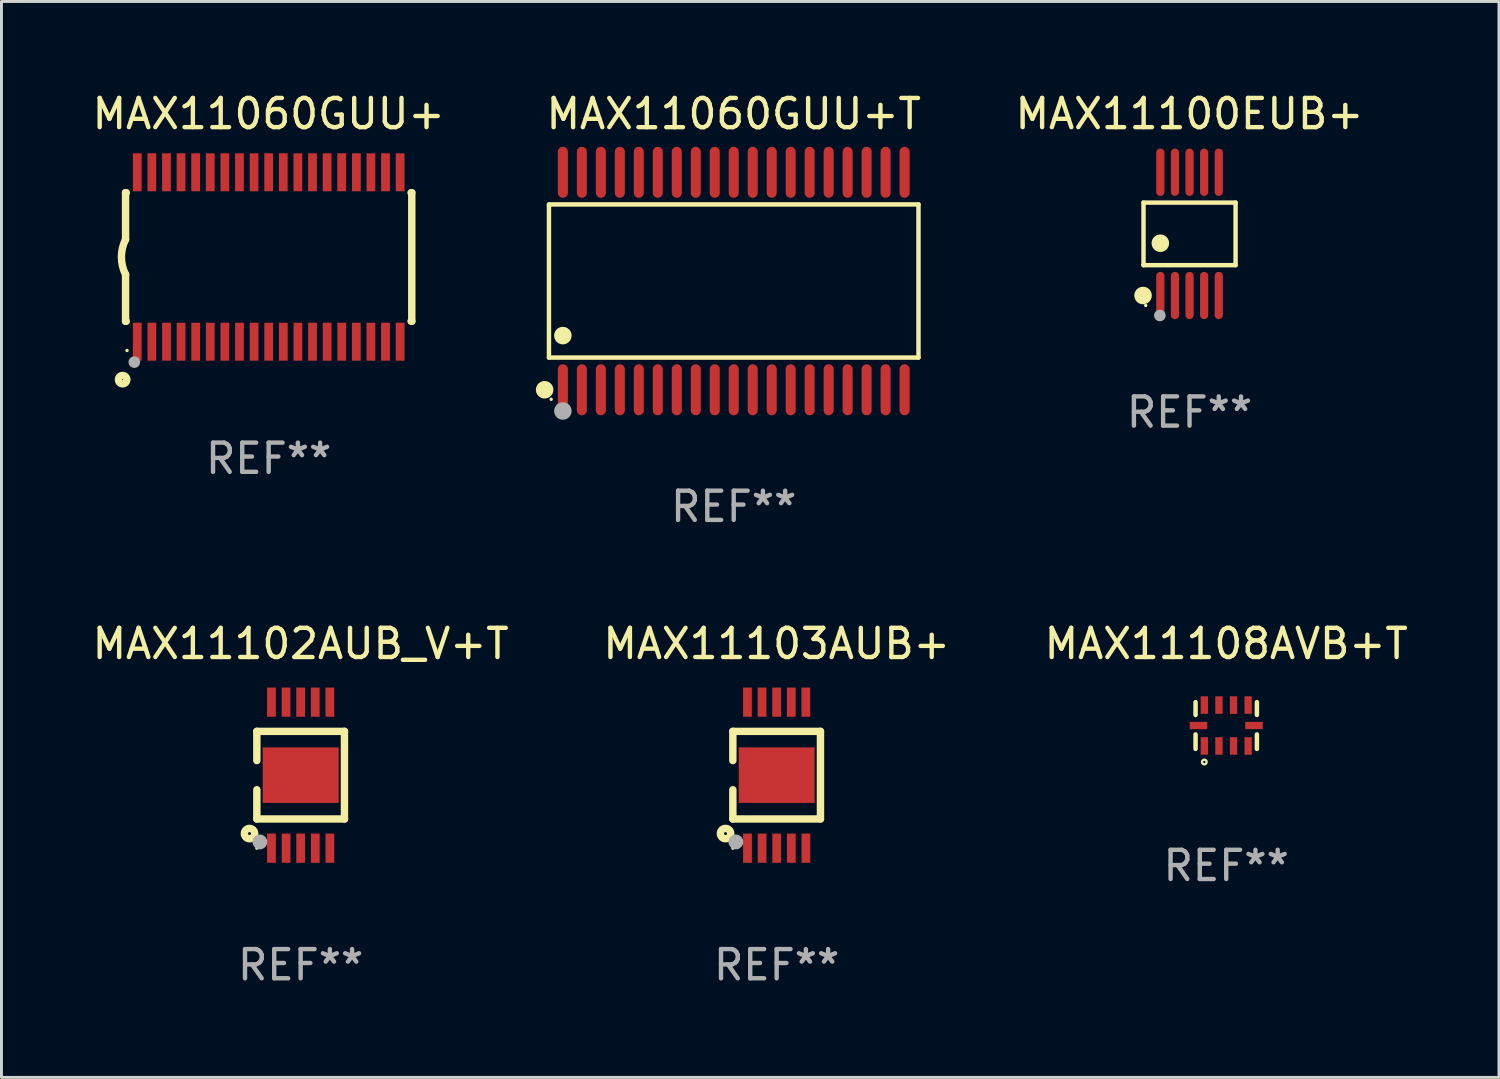
<source format=kicad_pcb>
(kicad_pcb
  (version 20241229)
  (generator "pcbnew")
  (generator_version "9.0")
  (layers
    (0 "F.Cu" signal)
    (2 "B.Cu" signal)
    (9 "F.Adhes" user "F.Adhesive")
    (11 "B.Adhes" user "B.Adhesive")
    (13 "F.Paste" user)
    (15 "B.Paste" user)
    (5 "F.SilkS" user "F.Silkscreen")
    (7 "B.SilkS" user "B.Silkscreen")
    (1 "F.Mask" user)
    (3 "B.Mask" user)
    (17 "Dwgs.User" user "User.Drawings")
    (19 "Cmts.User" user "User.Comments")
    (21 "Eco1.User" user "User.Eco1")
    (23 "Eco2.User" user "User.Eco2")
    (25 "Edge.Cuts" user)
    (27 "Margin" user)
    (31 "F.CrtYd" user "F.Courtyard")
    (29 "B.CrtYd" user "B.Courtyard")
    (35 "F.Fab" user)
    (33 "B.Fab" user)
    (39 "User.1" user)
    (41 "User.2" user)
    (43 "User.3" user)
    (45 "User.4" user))
  (footprint "MAX11102AUB_V+T"
    (layer "F.Cu")
    (at 7.244 23.491)
    (property "Reference" "MAX11102AUB_V+T" (at 0 -4.5 0) (layer "F.SilkS") (effects (font (size 1 1) (thickness 0.15))))
    (attr through_hole)
    (fp_line (start -1.5 -1.5) (end -1.5 -0.5) (stroke (width 0.254) (type solid)) (layer "F.SilkS"))
    (fp_line (start -1.5 1.5) (end -1.5 0.5) (stroke (width 0.254) (type solid)) (layer "F.SilkS"))
    (fp_line (start -1.5 1.5) (end 1.5 1.5) (stroke (width 0.254) (type solid)) (layer "F.SilkS"))
    (fp_line (start 1.5 1.5) (end 1.5 -1.5) (stroke (width 0.254) (type solid)) (layer "F.SilkS"))
    (fp_line (start 1.5 -1.5) (end -1.5 -1.5) (stroke (width 0.254) (type solid)) (layer "F.SilkS"))
    (fp_circle (center -1.75 2) (end -1.573 2) (stroke (width 0.254) (type solid)) (fill no) (layer "F.SilkS"))
    (fp_circle (center -1.499 2.5) (end -1.469 2.5) (stroke (width 0.06) (type solid)) (fill no) (layer "F.SilkS"))
    (fp_circle (center -1.396 2.286) (end -1.269 2.286) (stroke (width 0.254) (type solid)) (fill no) (layer "F.Fab"))
    (fp_text user "REF**" (at 0 6.5 0) (layer "F.Fab") (effects (font (size 1 1) (thickness 0.15))))
    (pad "1" smd rect (at -0.999 2.5 180) (size 0.3 1) (layers "F.Cu" "F.Mask" "F.Paste"))
    (pad "2" smd rect (at -0.499 2.5 180) (size 0.3 1) (layers "F.Cu" "F.Mask" "F.Paste"))
    (pad "3" smd rect (at 0.001 2.5 180) (size 0.3 1) (layers "F.Cu" "F.Mask" "F.Paste"))
    (pad "4" smd rect (at 0.501 2.5 180) (size 0.3 1) (layers "F.Cu" "F.Mask" "F.Paste"))
    (pad "5" smd rect (at 1.001 2.5 180) (size 0.3 1) (layers "F.Cu" "F.Mask" "F.Paste"))
    (pad "6" smd rect (at 1 -2.5 180) (size 0.3 1) (layers "F.Cu" "F.Mask" "F.Paste"))
    (pad "7" smd rect (at 0.5 -2.5 180) (size 0.3 1) (layers "F.Cu" "F.Mask" "F.Paste"))
    (pad "8" smd rect (at -0.000165 -2.5 180) (size 0.3 1) (layers "F.Cu" "F.Mask" "F.Paste"))
    (pad "9" smd rect (at -0.5 -2.5 180) (size 0.3 1) (layers "F.Cu" "F.Mask" "F.Paste"))
    (pad "10" smd rect (at -1 -2.5 180) (size 0.3 1) (layers "F.Cu" "F.Mask" "F.Paste"))
    (pad "11" smd rect (at 0.001 -0.000127 270) (size 1.9 2.6) (layers "F.Cu" "F.Mask" "F.Paste")))
  (footprint "MAX11060GUU+T"
    (layer "F.Cu")
    (at 22.072 6.572)
    (property "Reference" "MAX11060GUU+T" (at 0 -5.723 0) (layer "F.SilkS") (effects (font (size 1 1) (thickness 0.15))))
    (attr through_hole)
    (fp_line (start -6.326 -2.622) (end 6.326 -2.622) (stroke (width 0.152) (type solid)) (layer "F.SilkS"))
    (fp_line (start -6.326 2.621) (end -6.326 -2.622) (stroke (width 0.152) (type solid)) (layer "F.SilkS"))
    (fp_line (start 6.326 -2.622) (end 6.326 2.621) (stroke (width 0.152) (type solid)) (layer "F.SilkS"))
    (fp_line (start 6.326 2.621) (end -6.326 2.621) (stroke (width 0.152) (type solid)) (layer "F.SilkS"))
    (fp_circle (center -6.474 3.723) (end -6.324 3.723) (stroke (width 0.3) (type solid)) (fill no) (layer "F.SilkS"))
    (fp_circle (center -6.25 4.05) (end -6.22 4.05) (stroke (width 0.06) (type solid)) (fill no) (layer "F.SilkS"))
    (fp_circle (center -5.85 1.869) (end -5.7 1.869) (stroke (width 0.3) (type solid)) (fill no) (layer "F.SilkS"))
    (fp_circle (center -5.85 4.45) (end -5.7 4.45) (stroke (width 0.3) (type solid)) (fill no) (layer "F.Fab"))
    (fp_text user "REF**" (at 0 7.723 0) (layer "F.Fab") (effects (font (size 1 1) (thickness 0.15))))
    (pad "1" smd oval (at -5.85 3.723) (size 0.343 1.747) (layers "F.Cu" "F.Mask" "F.Paste"))
    (pad "2" smd oval (at -5.2 3.723) (size 0.343 1.747) (layers "F.Cu" "F.Mask" "F.Paste"))
    (pad "3" smd oval (at -4.55 3.723) (size 0.343 1.747) (layers "F.Cu" "F.Mask" "F.Paste"))
    (pad "4" smd oval (at -3.9 3.723) (size 0.343 1.747) (layers "F.Cu" "F.Mask" "F.Paste"))
    (pad "5" smd oval (at -3.25 3.723) (size 0.343 1.747) (layers "F.Cu" "F.Mask" "F.Paste"))
    (pad "6" smd oval (at -2.6 3.723) (size 0.343 1.747) (layers "F.Cu" "F.Mask" "F.Paste"))
    (pad "7" smd oval (at -1.95 3.723) (size 0.343 1.747) (layers "F.Cu" "F.Mask" "F.Paste"))
    (pad "8" smd oval (at -1.3 3.723) (size 0.343 1.747) (layers "F.Cu" "F.Mask" "F.Paste"))
    (pad "9" smd oval (at -0.65 3.723) (size 0.343 1.747) (layers "F.Cu" "F.Mask" "F.Paste"))
    (pad "10" smd oval (at 0 3.723) (size 0.343 1.747) (layers "F.Cu" "F.Mask" "F.Paste"))
    (pad "11" smd oval (at 0.65 3.723) (size 0.343 1.747) (layers "F.Cu" "F.Mask" "F.Paste"))
    (pad "12" smd oval (at 1.3 3.723) (size 0.343 1.747) (layers "F.Cu" "F.Mask" "F.Paste"))
    (pad "13" smd oval (at 1.95 3.723) (size 0.343 1.747) (layers "F.Cu" "F.Mask" "F.Paste"))
    (pad "14" smd oval (at 2.6 3.723) (size 0.343 1.747) (layers "F.Cu" "F.Mask" "F.Paste"))
    (pad "15" smd oval (at 3.25 3.723) (size 0.343 1.747) (layers "F.Cu" "F.Mask" "F.Paste"))
    (pad "16" smd oval (at 3.9 3.723) (size 0.343 1.747) (layers "F.Cu" "F.Mask" "F.Paste"))
    (pad "17" smd oval (at 4.55 3.723) (size 0.343 1.747) (layers "F.Cu" "F.Mask" "F.Paste"))
    (pad "18" smd oval (at 5.2 3.723) (size 0.343 1.747) (layers "F.Cu" "F.Mask" "F.Paste"))
    (pad "19" smd oval (at 5.85 3.723) (size 0.343 1.747) (layers "F.Cu" "F.Mask" "F.Paste"))
    (pad "20" smd oval (at 5.85 -3.723) (size 0.343 1.747) (layers "F.Cu" "F.Mask" "F.Paste"))
    (pad "21" smd oval (at 5.2 -3.723) (size 0.343 1.747) (layers "F.Cu" "F.Mask" "F.Paste"))
    (pad "22" smd oval (at 4.55 -3.723) (size 0.343 1.747) (layers "F.Cu" "F.Mask" "F.Paste"))
    (pad "23" smd oval (at 3.9 -3.723) (size 0.343 1.747) (layers "F.Cu" "F.Mask" "F.Paste"))
    (pad "24" smd oval (at 3.25 -3.723) (size 0.343 1.747) (layers "F.Cu" "F.Mask" "F.Paste"))
    (pad "25" smd oval (at 2.6 -3.723) (size 0.343 1.747) (layers "F.Cu" "F.Mask" "F.Paste"))
    (pad "26" smd oval (at 1.95 -3.723) (size 0.343 1.747) (layers "F.Cu" "F.Mask" "F.Paste"))
    (pad "27" smd oval (at 1.3 -3.723) (size 0.343 1.747) (layers "F.Cu" "F.Mask" "F.Paste"))
    (pad "28" smd oval (at 0.65 -3.723) (size 0.343 1.747) (layers "F.Cu" "F.Mask" "F.Paste"))
    (pad "29" smd oval (at 0 -3.723) (size 0.343 1.747) (layers "F.Cu" "F.Mask" "F.Paste"))
    (pad "30" smd oval (at -0.65 -3.723) (size 0.343 1.747) (layers "F.Cu" "F.Mask" "F.Paste"))
    (pad "31" smd oval (at -1.3 -3.723) (size 0.343 1.747) (layers "F.Cu" "F.Mask" "F.Paste"))
    (pad "32" smd oval (at -1.95 -3.723) (size 0.343 1.747) (layers "F.Cu" "F.Mask" "F.Paste"))
    (pad "33" smd oval (at -2.6 -3.723) (size 0.343 1.747) (layers "F.Cu" "F.Mask" "F.Paste"))
    (pad "34" smd oval (at -3.25 -3.723) (size 0.343 1.747) (layers "F.Cu" "F.Mask" "F.Paste"))
    (pad "35" smd oval (at -3.9 -3.723) (size 0.343 1.747) (layers "F.Cu" "F.Mask" "F.Paste"))
    (pad "36" smd oval (at -4.55 -3.723) (size 0.343 1.747) (layers "F.Cu" "F.Mask" "F.Paste"))
    (pad "37" smd oval (at -5.2 -3.723) (size 0.343 1.747) (layers "F.Cu" "F.Mask" "F.Paste"))
    (pad "38" smd oval (at -5.85 -3.723) (size 0.343 1.747) (layers "F.Cu" "F.Mask" "F.Paste")))
  (footprint "MAX11108AVB+T"
    (layer "F.Cu")
    (at 38.935 21.791)
    (property "Reference" "MAX11108AVB+T" (at 0 -2.8 0) (layer "F.SilkS") (effects (font (size 1 1) (thickness 0.15))))
    (attr through_hole)
    (fp_line (start -1.05 -0.362) (end -1.05 -0.8) (stroke (width 0.154) (type solid)) (layer "F.SilkS"))
    (fp_line (start -1.05 0.306) (end -1.05 0.8) (stroke (width 0.154) (type solid)) (layer "F.SilkS"))
    (fp_line (start 1.05 -0.362) (end 1.05 -0.8) (stroke (width 0.154) (type solid)) (layer "F.SilkS"))
    (fp_line (start 1.05 0.306) (end 1.05 0.8) (stroke (width 0.154) (type solid)) (layer "F.SilkS"))
    (fp_circle (center -0.75 1.25) (end -0.67 1.25) (stroke (width 0.08) (type solid)) (fill no) (layer "F.SilkS"))
    (fp_text user "REF**" (at 0 4.8 0) (layer "F.Fab") (effects (font (size 1 1) (thickness 0.15))))
    (pad "1" smd rect (at -0.75 0.7) (size 0.25 0.6) (layers "F.Cu" "F.Mask" "F.Paste"))
    (pad "2" smd rect (at -0.25 0.7) (size 0.25 0.6) (layers "F.Cu" "F.Mask" "F.Paste"))
    (pad "3" smd rect (at 0.25 0.7) (size 0.25 0.6) (layers "F.Cu" "F.Mask" "F.Paste"))
    (pad "4" smd rect (at 0.75 0.7) (size 0.25 0.6) (layers "F.Cu" "F.Mask" "F.Paste"))
    (pad "5" smd rect (at 0.95 0 90) (size 0.25 0.6) (layers "F.Cu" "F.Mask" "F.Paste"))
    (pad "6" smd rect (at 0.75 -0.7 180) (size 0.25 0.6) (layers "F.Cu" "F.Mask" "F.Paste"))
    (pad "7" smd rect (at 0.25 -0.7 180) (size 0.25 0.6) (layers "F.Cu" "F.Mask" "F.Paste"))
    (pad "8" smd rect (at -0.25 -0.7 180) (size 0.25 0.6) (layers "F.Cu" "F.Mask" "F.Paste"))
    (pad "9" smd rect (at -0.75 -0.7 180) (size 0.25 0.6) (layers "F.Cu" "F.Mask" "F.Paste"))
    (pad "10" smd rect (at -0.95 0 270) (size 0.25 0.6) (layers "F.Cu" "F.Mask" "F.Paste")))
  (footprint "MAX11060GUU+"
    (layer "F.Cu")
    (at 6.149 5.749)
    (property "Reference" "MAX11060GUU+" (at 0 -4.901 0) (layer "F.SilkS") (effects (font (size 1 1) (thickness 0.15))))
    (attr through_hole)
    (fp_line (start -4.9 -2.2) (end -4.9 -0.6) (stroke (width 0.254) (type solid)) (layer "F.SilkS"))
    (fp_line (start -4.9 -2.2) (end -4.876 -2.2) (stroke (width 0.254) (type solid)) (layer "F.SilkS"))
    (fp_line (start -4.9 2.2) (end -4.9 0.6) (stroke (width 0.254) (type solid)) (layer "F.SilkS"))
    (fp_line (start -4.9 2.2) (end -4.877 2.2) (stroke (width 0.254) (type solid)) (layer "F.SilkS"))
    (fp_line (start 4.876 -2.2) (end 4.9 -2.2) (stroke (width 0.254) (type solid)) (layer "F.SilkS"))
    (fp_line (start 4.877 2.2) (end 4.9 2.2) (stroke (width 0.254) (type solid)) (layer "F.SilkS"))
    (fp_line (start 4.9 -2.2) (end 4.9 2.2) (stroke (width 0.254) (type solid)) (layer "F.SilkS"))
    (fp_arc (start -4.900051 0.599822) (mid -5.041652 -0.000095) (end -4.9 -0.6) (stroke (width 0.254001) (type solid)) (layer "F.SilkS"))
    (fp_circle (center -5 4.2) (end -4.857 4.2) (stroke (width 0.254) (type solid)) (fill no) (layer "F.SilkS"))
    (fp_circle (center -4.85 3.2) (end -4.82 3.2) (stroke (width 0.06) (type solid)) (fill no) (layer "F.SilkS"))
    (fp_circle (center -4.6 3.6) (end -4.5 3.6) (stroke (width 0.2) (type solid)) (fill no) (layer "F.Fab"))
    (fp_text user "REF**" (at 0 6.901 0) (layer "F.Fab") (effects (font (size 1 1) (thickness 0.15))))
    (pad "1" smd rect (at -4.501 2.899 90) (size 1.3 0.3) (layers "F.Cu" "F.Mask" "F.Paste"))
    (pad "2" smd rect (at -3.999 2.901 90) (size 1.3 0.3) (layers "F.Cu" "F.Mask" "F.Paste"))
    (pad "3" smd rect (at -3.498 2.901 90) (size 1.3 0.3) (layers "F.Cu" "F.Mask" "F.Paste"))
    (pad "4" smd rect (at -2.999 2.901 90) (size 1.3 0.3) (layers "F.Cu" "F.Mask" "F.Paste"))
    (pad "5" smd rect (at -2.499 2.901 90) (size 1.3 0.3) (layers "F.Cu" "F.Mask" "F.Paste"))
    (pad "6" smd rect (at -1.999 2.901 90) (size 1.3 0.3) (layers "F.Cu" "F.Mask" "F.Paste"))
    (pad "7" smd rect (at -1.499 2.901 90) (size 1.3 0.3) (layers "F.Cu" "F.Mask" "F.Paste"))
    (pad "8" smd rect (at -0.999 2.901 90) (size 1.3 0.3) (layers "F.Cu" "F.Mask" "F.Paste"))
    (pad "9" smd rect (at -0.499 2.901 90) (size 1.3 0.3) (layers "F.Cu" "F.Mask" "F.Paste"))
    (pad "10" smd rect (at 0.001 2.901 90) (size 1.3 0.3) (layers "F.Cu" "F.Mask" "F.Paste"))
    (pad "11" smd rect (at 0.501 2.901 90) (size 1.3 0.3) (layers "F.Cu" "F.Mask" "F.Paste"))
    (pad "12" smd rect (at 1.001 2.901 90) (size 1.3 0.3) (layers "F.Cu" "F.Mask" "F.Paste"))
    (pad "13" smd rect (at 1.501 2.901 90) (size 1.3 0.3) (layers "F.Cu" "F.Mask" "F.Paste"))
    (pad "14" smd rect (at 2.001 2.901 90) (size 1.3 0.3) (layers "F.Cu" "F.Mask" "F.Paste"))
    (pad "15" smd rect (at 2.501 2.901 90) (size 1.3 0.3) (layers "F.Cu" "F.Mask" "F.Paste"))
    (pad "16" smd rect (at 3.001 2.901 90) (size 1.3 0.3) (layers "F.Cu" "F.Mask" "F.Paste"))
    (pad "17" smd rect (at 3.501 2.901 90) (size 1.3 0.3) (layers "F.Cu" "F.Mask" "F.Paste"))
    (pad "18" smd rect (at 4.001 2.901 90) (size 1.3 0.3) (layers "F.Cu" "F.Mask" "F.Paste"))
    (pad "19" smd rect (at 4.501 2.901 90) (size 1.3 0.3) (layers "F.Cu" "F.Mask" "F.Paste"))
    (pad "20" smd rect (at 4.501 -2.899 90) (size 1.3 0.3) (layers "F.Cu" "F.Mask" "F.Paste"))
    (pad "21" smd rect (at 4.001 -2.9 90) (size 1.3 0.3) (layers "F.Cu" "F.Mask" "F.Paste"))
    (pad "22" smd rect (at 3.501 -2.899 90) (size 1.3 0.3) (layers "F.Cu" "F.Mask" "F.Paste"))
    (pad "23" smd rect (at 3.002 -2.899 90) (size 1.3 0.3) (layers "F.Cu" "F.Mask" "F.Paste"))
    (pad "24" smd rect (at 2.499 -2.901 90) (size 1.3 0.3) (layers "F.Cu" "F.Mask" "F.Paste"))
    (pad "25" smd rect (at 2 -2.9 90) (size 1.3 0.3) (layers "F.Cu" "F.Mask" "F.Paste"))
    (pad "26" smd rect (at 1.5 -2.9 90) (size 1.3 0.3) (layers "F.Cu" "F.Mask" "F.Paste"))
    (pad "27" smd rect (at 1 -2.9 90) (size 1.3 0.3) (layers "F.Cu" "F.Mask" "F.Paste"))
    (pad "28" smd rect (at 0.5 -2.9 90) (size 1.3 0.3) (layers "F.Cu" "F.Mask" "F.Paste"))
    (pad "29" smd rect (at 0.000127 -2.9 90) (size 1.3 0.3) (layers "F.Cu" "F.Mask" "F.Paste"))
    (pad "30" smd rect (at -0.5 -2.9 90) (size 1.3 0.3) (layers "F.Cu" "F.Mask" "F.Paste"))
    (pad "31" smd rect (at -1 -2.9 90) (size 1.3 0.3) (layers "F.Cu" "F.Mask" "F.Paste"))
    (pad "32" smd rect (at -1.5 -2.9 90) (size 1.3 0.3) (layers "F.Cu" "F.Mask" "F.Paste"))
    (pad "33" smd rect (at -2 -2.9 90) (size 1.3 0.3) (layers "F.Cu" "F.Mask" "F.Paste"))
    (pad "34" smd rect (at -2.5 -2.9 90) (size 1.3 0.3) (layers "F.Cu" "F.Mask" "F.Paste"))
    (pad "35" smd rect (at -3 -2.9 90) (size 1.3 0.3) (layers "F.Cu" "F.Mask" "F.Paste"))
    (pad "36" smd rect (at -3.5 -2.9 90) (size 1.3 0.3) (layers "F.Cu" "F.Mask" "F.Paste"))
    (pad "37" smd rect (at -4 -2.9 90) (size 1.3 0.3) (layers "F.Cu" "F.Mask" "F.Paste"))
    (pad "38" smd rect (at -4.5 -2.9 90) (size 1.3 0.3) (layers "F.Cu" "F.Mask" "F.Paste")))
  (footprint "MAX11100EUB+"
    (layer "F.Cu")
    (at 37.679 4.958)
    (property "Reference" "MAX11100EUB+" (at 0 -4.11 0) (layer "F.SilkS") (effects (font (size 1 1) (thickness 0.15))))
    (attr through_hole)
    (fp_line (start -1.576 -1.071) (end 1.576 -1.071) (stroke (width 0.152) (type solid)) (layer "F.SilkS"))
    (fp_line (start -1.576 1.071) (end -1.576 -1.071) (stroke (width 0.152) (type solid)) (layer "F.SilkS"))
    (fp_line (start 1.576 -1.071) (end 1.576 1.071) (stroke (width 0.152) (type solid)) (layer "F.SilkS"))
    (fp_line (start 1.576 1.071) (end -1.576 1.071) (stroke (width 0.152) (type solid)) (layer "F.SilkS"))
    (fp_circle (center -1.592 2.11) (end -1.442 2.11) (stroke (width 0.3) (type solid)) (fill no) (layer "F.SilkS"))
    (fp_circle (center -1.5 2.45) (end -1.47 2.45) (stroke (width 0.06) (type solid)) (fill no) (layer "F.SilkS"))
    (fp_circle (center -1 0.319) (end -0.85 0.319) (stroke (width 0.3) (type solid)) (fill no) (layer "F.SilkS"))
    (fp_circle (center -1.016 2.794) (end -0.916 2.794) (stroke (width 0.2) (type solid)) (fill no) (layer "F.Fab"))
    (fp_text user "REF**" (at 0 6.11 0) (layer "F.Fab") (effects (font (size 1 1) (thickness 0.15))))
    (pad "1" smd oval (at -1 2.11) (size 0.28 1.62) (layers "F.Cu" "F.Mask" "F.Paste"))
    (pad "2" smd oval (at -0.5 2.11) (size 0.28 1.62) (layers "F.Cu" "F.Mask" "F.Paste"))
    (pad "3" smd oval (at 0 2.11) (size 0.28 1.62) (layers "F.Cu" "F.Mask" "F.Paste"))
    (pad "4" smd oval (at 0.5 2.11) (size 0.28 1.62) (layers "F.Cu" "F.Mask" "F.Paste"))
    (pad "5" smd oval (at 1 2.11) (size 0.28 1.62) (layers "F.Cu" "F.Mask" "F.Paste"))
    (pad "6" smd oval (at 1 -2.11) (size 0.28 1.62) (layers "F.Cu" "F.Mask" "F.Paste"))
    (pad "7" smd oval (at 0.5 -2.11) (size 0.28 1.62) (layers "F.Cu" "F.Mask" "F.Paste"))
    (pad "8" smd oval (at 0 -2.11) (size 0.28 1.62) (layers "F.Cu" "F.Mask" "F.Paste"))
    (pad "9" smd oval (at -0.5 -2.11) (size 0.28 1.62) (layers "F.Cu" "F.Mask" "F.Paste"))
    (pad "10" smd oval (at -1 -2.11) (size 0.28 1.62) (layers "F.Cu" "F.Mask" "F.Paste")))
  (footprint "MAX11103AUB+"
    (layer "F.Cu")
    (at 23.542 23.491)
    (property "Reference" "MAX11103AUB+" (at 0 -4.5 0) (layer "F.SilkS") (effects (font (size 1 1) (thickness 0.15))))
    (attr through_hole)
    (fp_line (start -1.5 -1.5) (end -1.5 -0.5) (stroke (width 0.254) (type solid)) (layer "F.SilkS"))
    (fp_line (start -1.5 1.5) (end -1.5 0.5) (stroke (width 0.254) (type solid)) (layer "F.SilkS"))
    (fp_line (start -1.5 1.5) (end 1.5 1.5) (stroke (width 0.254) (type solid)) (layer "F.SilkS"))
    (fp_line (start 1.5 1.5) (end 1.5 -1.5) (stroke (width 0.254) (type solid)) (layer "F.SilkS"))
    (fp_line (start 1.5 -1.5) (end -1.5 -1.5) (stroke (width 0.254) (type solid)) (layer "F.SilkS"))
    (fp_circle (center -1.75 2) (end -1.573 2) (stroke (width 0.254) (type solid)) (fill no) (layer "F.SilkS"))
    (fp_circle (center -1.499 2.5) (end -1.469 2.5) (stroke (width 0.06) (type solid)) (fill no) (layer "F.SilkS"))
    (fp_circle (center -1.396 2.286) (end -1.269 2.286) (stroke (width 0.254) (type solid)) (fill no) (layer "F.Fab"))
    (fp_text user "REF**" (at 0 6.5 0) (layer "F.Fab") (effects (font (size 1 1) (thickness 0.15))))
    (pad "1" smd rect (at -0.999 2.5 180) (size 0.3 1) (layers "F.Cu" "F.Mask" "F.Paste"))
    (pad "2" smd rect (at -0.499 2.5 180) (size 0.3 1) (layers "F.Cu" "F.Mask" "F.Paste"))
    (pad "3" smd rect (at 0.001 2.5 180) (size 0.3 1) (layers "F.Cu" "F.Mask" "F.Paste"))
    (pad "4" smd rect (at 0.501 2.5 180) (size 0.3 1) (layers "F.Cu" "F.Mask" "F.Paste"))
    (pad "5" smd rect (at 1.001 2.5 180) (size 0.3 1) (layers "F.Cu" "F.Mask" "F.Paste"))
    (pad "6" smd rect (at 1 -2.5 180) (size 0.3 1) (layers "F.Cu" "F.Mask" "F.Paste"))
    (pad "7" smd rect (at 0.5 -2.5 180) (size 0.3 1) (layers "F.Cu" "F.Mask" "F.Paste"))
    (pad "8" smd rect (at -0.000165 -2.5 180) (size 0.3 1) (layers "F.Cu" "F.Mask" "F.Paste"))
    (pad "9" smd rect (at -0.5 -2.5 180) (size 0.3 1) (layers "F.Cu" "F.Mask" "F.Paste"))
    (pad "10" smd rect (at -1 -2.5 180) (size 0.3 1) (layers "F.Cu" "F.Mask" "F.Paste"))
    (pad "11" smd rect (at 0.001 -0.000127 270) (size 1.9 2.6) (layers "F.Cu" "F.Mask" "F.Paste")))
  (gr_rect
    (start -3 -3)
    (end 48.274 33.84)
    (stroke (width 0.1) (type default))
    (fill no)
    (layer "Edge.Cuts")))
</source>
